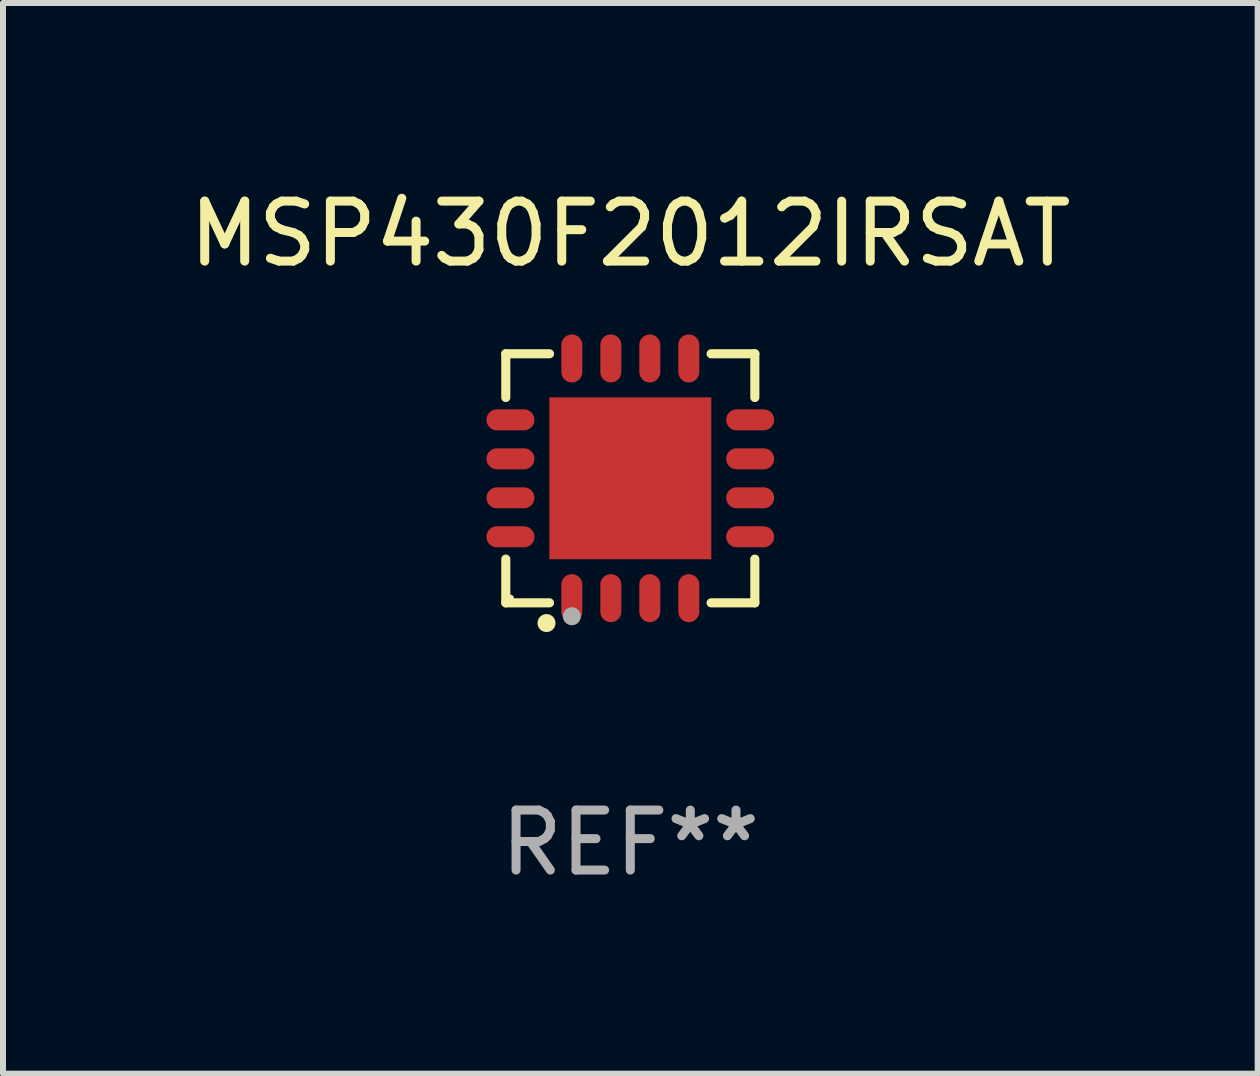
<source format=kicad_pcb>
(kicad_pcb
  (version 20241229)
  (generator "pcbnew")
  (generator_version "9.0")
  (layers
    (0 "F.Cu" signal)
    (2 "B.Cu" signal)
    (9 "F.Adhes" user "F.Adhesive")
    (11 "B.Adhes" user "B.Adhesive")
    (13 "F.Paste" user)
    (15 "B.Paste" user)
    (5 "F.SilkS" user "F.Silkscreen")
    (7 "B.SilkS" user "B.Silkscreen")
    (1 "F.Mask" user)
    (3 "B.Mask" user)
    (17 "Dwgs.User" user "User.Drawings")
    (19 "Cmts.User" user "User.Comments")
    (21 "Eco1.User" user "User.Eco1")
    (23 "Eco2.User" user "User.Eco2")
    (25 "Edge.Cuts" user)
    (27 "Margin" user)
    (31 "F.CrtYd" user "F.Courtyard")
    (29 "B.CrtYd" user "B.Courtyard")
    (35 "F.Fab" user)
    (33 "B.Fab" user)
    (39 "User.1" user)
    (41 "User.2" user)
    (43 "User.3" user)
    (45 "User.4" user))
  (footprint "MSP430F2012IRSAT"
    (layer "F.Cu")
    (at 7.458 4.924)
    (property "Reference" "MSP430F2012IRSAT" (at 0 -4.076 0) (layer "F.SilkS") (effects (font (size 1 1) (thickness 0.15))))
    (attr through_hole)
    (fp_line (start -2.076 -2.076) (end -1.347 -2.076) (stroke (width 0.152) (type solid)) (layer "F.SilkS"))
    (fp_line (start -2.076 -1.347) (end -2.076 -2.076) (stroke (width 0.152) (type solid)) (layer "F.SilkS"))
    (fp_line (start -2.076 1.347) (end -2.076 2.076) (stroke (width 0.152) (type solid)) (layer "F.SilkS"))
    (fp_line (start -2.076 2.076) (end -1.347 2.076) (stroke (width 0.152) (type solid)) (layer "F.SilkS"))
    (fp_line (start 2.076 -2.076) (end 1.347 -2.076) (stroke (width 0.152) (type solid)) (layer "F.SilkS"))
    (fp_line (start 2.076 -1.347) (end 2.076 -2.076) (stroke (width 0.152) (type solid)) (layer "F.SilkS"))
    (fp_line (start 2.076 1.347) (end 2.076 2.076) (stroke (width 0.152) (type solid)) (layer "F.SilkS"))
    (fp_line (start 2.076 2.076) (end 1.347 2.076) (stroke (width 0.152) (type solid)) (layer "F.SilkS"))
    (fp_circle (center -2 2) (end -1.97 2) (stroke (width 0.06) (type solid)) (fill no) (layer "F.SilkS"))
    (fp_circle (center -1.397 2.413) (end -1.322 2.413) (stroke (width 0.15) (type solid)) (fill no) (layer "F.SilkS"))
    (fp_circle (center -0.975 2.3) (end -0.9 2.3) (stroke (width 0.15) (type solid)) (fill no) (layer "F.Fab"))
    (fp_text user "REF**" (at 0 6.076 0) (layer "F.Fab") (effects (font (size 1 1) (thickness 0.15))))
    (pad "1" smd oval (at -0.975 1.998) (size 0.35 0.8) (layers "F.Cu" "F.Mask" "F.Paste"))
    (pad "2" smd oval (at -0.325 1.998) (size 0.35 0.8) (layers "F.Cu" "F.Mask" "F.Paste"))
    (pad "3" smd oval (at 0.325 1.998) (size 0.35 0.8) (layers "F.Cu" "F.Mask" "F.Paste"))
    (pad "4" smd oval (at 0.975 1.998) (size 0.35 0.8) (layers "F.Cu" "F.Mask" "F.Paste"))
    (pad "5" smd oval (at 1.998 0.975) (size 0.8 0.35) (layers "F.Cu" "F.Mask" "F.Paste"))
    (pad "6" smd oval (at 1.998 0.325) (size 0.8 0.35) (layers "F.Cu" "F.Mask" "F.Paste"))
    (pad "7" smd oval (at 1.998 -0.325) (size 0.8 0.35) (layers "F.Cu" "F.Mask" "F.Paste"))
    (pad "8" smd oval (at 1.998 -0.975) (size 0.8 0.35) (layers "F.Cu" "F.Mask" "F.Paste"))
    (pad "9" smd oval (at 0.975 -1.998) (size 0.35 0.8) (layers "F.Cu" "F.Mask" "F.Paste"))
    (pad "10" smd oval (at 0.325 -1.998) (size 0.35 0.8) (layers "F.Cu" "F.Mask" "F.Paste"))
    (pad "11" smd oval (at -0.325 -1.998) (size 0.35 0.8) (layers "F.Cu" "F.Mask" "F.Paste"))
    (pad "12" smd oval (at -0.975 -1.998) (size 0.35 0.8) (layers "F.Cu" "F.Mask" "F.Paste"))
    (pad "13" smd oval (at -1.998 -0.975) (size 0.8 0.35) (layers "F.Cu" "F.Mask" "F.Paste"))
    (pad "14" smd oval (at -1.998 -0.325) (size 0.8 0.35) (layers "F.Cu" "F.Mask" "F.Paste"))
    (pad "15" smd oval (at -1.998 0.325) (size 0.8 0.35) (layers "F.Cu" "F.Mask" "F.Paste"))
    (pad "16" smd oval (at -1.998 0.975) (size 0.8 0.35) (layers "F.Cu" "F.Mask" "F.Paste"))
    (pad "17" smd rect (at 0 0) (size 2.7 2.7) (layers "F.Cu" "F.Mask" "F.Paste")))
  (gr_rect
    (start -3 -3)
    (end 17.917 14.849)
    (stroke (width 0.1) (type default))
    (fill no)
    (layer "Edge.Cuts")))
</source>
